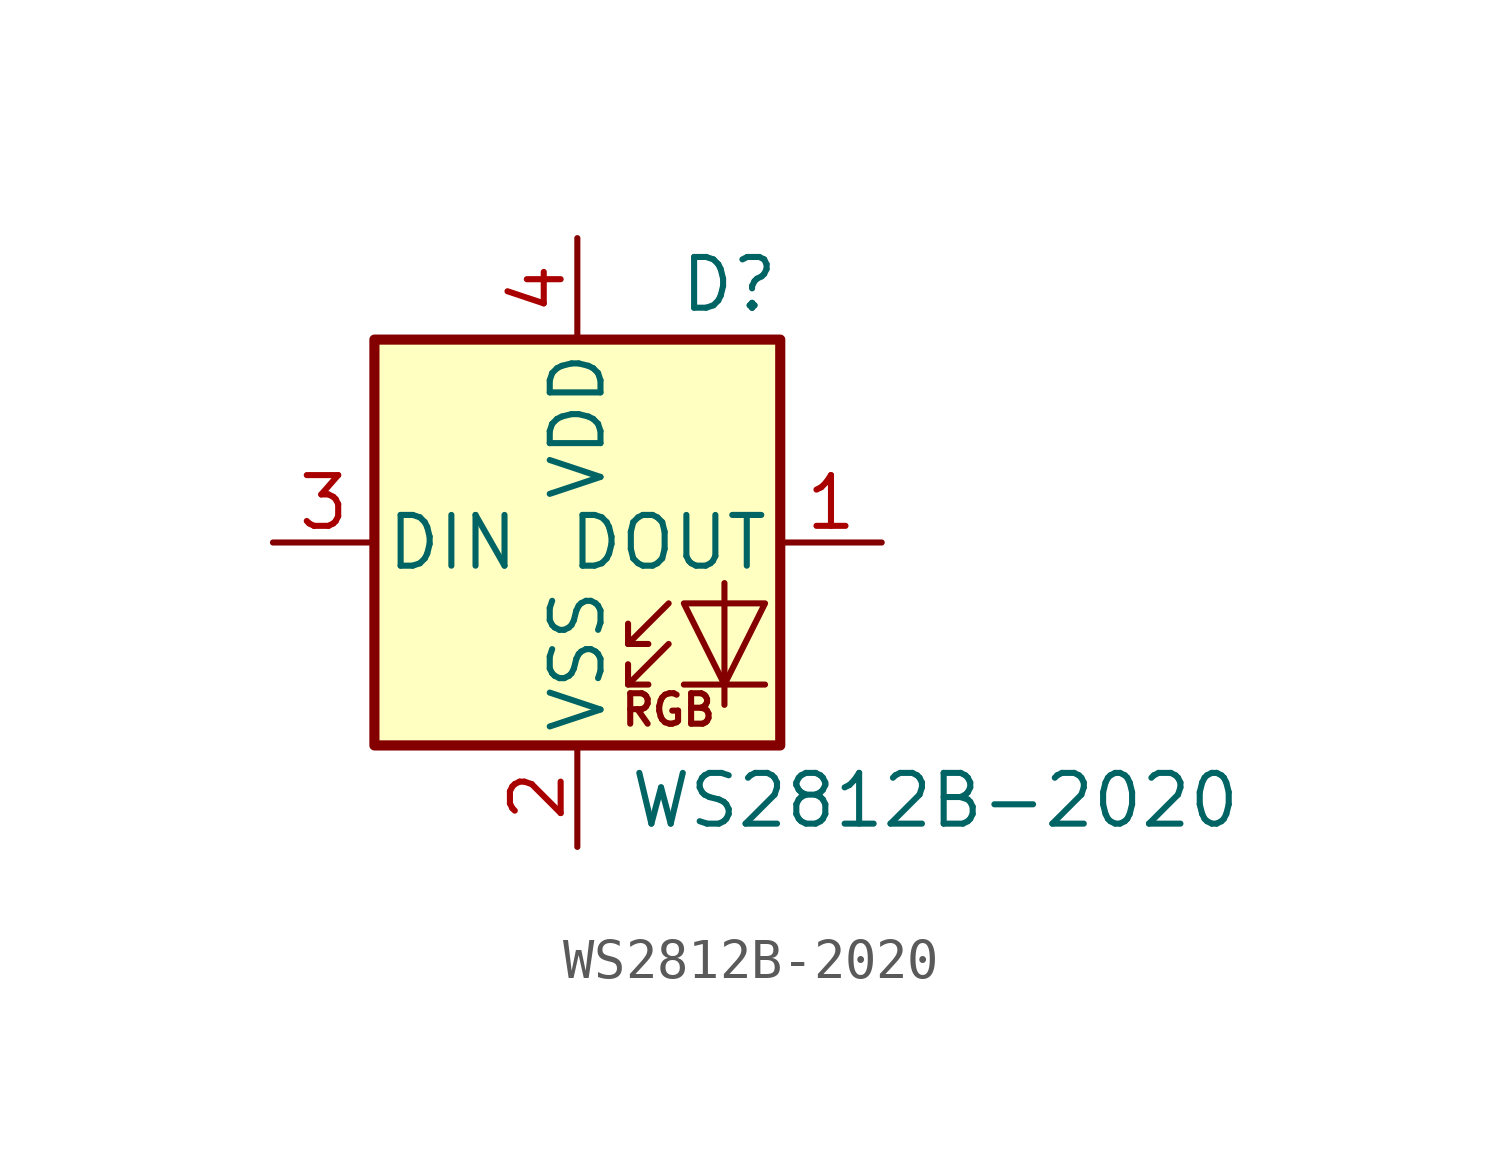
<source format=kicad_sym>
(kicad_symbol_lib
  (version 20220914)
  (generator kicad_symbol_editor)
  (symbol "WS2812B-2020"
    (pin_names
      (offset 0.254))
    (property "Reference" "D"
      (at 5.08 5.715 0)
      (effects (font (size 1.27 1.27)) (justify right bottom)))
    (property "Value" "WS2812B-2020"
      (at 1.27 -5.715 0)
      (effects (font (size 1.27 1.27)) (justify left top)))
    (symbol "WS2812B-2020_0_0"
      (text "RGB" (at 2.286 -4.191 0) (effects (font (size 0.762 0.762)))))
    (symbol "WS2812B-2020_0_1"
      (rectangle (start -5.08 5.08) (end 5.08 -5.08) (stroke (width 0.254) (type default)) (fill (type background)))
      (polyline (pts (xy 1.27 -3.556) (xy 1.778 -3.556)) (stroke (width 0) (type default)) (fill (type none)))
      (polyline (pts (xy 1.27 -2.54) (xy 1.778 -2.54)) (stroke (width 0) (type default)) (fill (type none)))
      (polyline (pts (xy 4.699 -3.556) (xy 2.667 -3.556)) (stroke (width 0) (type default)) (fill (type none)))
      (polyline (pts (xy 2.286 -2.54) (xy 1.27 -3.556) (xy 1.27 -3.048)) (stroke (width 0) (type default)) (fill (type none)))
      (polyline (pts (xy 2.286 -1.524) (xy 1.27 -2.54) (xy 1.27 -2.032)) (stroke (width 0) (type default)) (fill (type none)))
      (polyline (pts (xy 3.683 -1.016) (xy 3.683 -3.556) (xy 3.683 -4.064)) (stroke (width 0) (type default)) (fill (type none)))
      (polyline (pts (xy 4.699 -1.524) (xy 2.667 -1.524) (xy 3.683 -3.556) (xy 4.699 -1.524)) (stroke (width 0) (type default)) (fill (type none))))
    (symbol "WS2812B-2020_1_1"
      (pin output line (at 7.62 0 180) (length 2.54) (name "DOUT" (effects (font (size 1.27 1.27)))) (number "1" (effects (font (size 1.27 1.27)))))
      (pin power_in line (at 0 -7.62 90) (length 2.54) (name "VSS" (effects (font (size 1.27 1.27)))) (number "2" (effects (font (size 1.27 1.27)))))
      (pin input line (at -7.62 0 0) (length 2.54) (name "DIN" (effects (font (size 1.27 1.27)))) (number "3" (effects (font (size 1.27 1.27)))))
      (pin power_in line (at 0 7.62 270) (length 2.54) (name "VDD" (effects (font (size 1.27 1.27)))) (number "4" (effects (font (size 1.27 1.27))))))))
</source>
